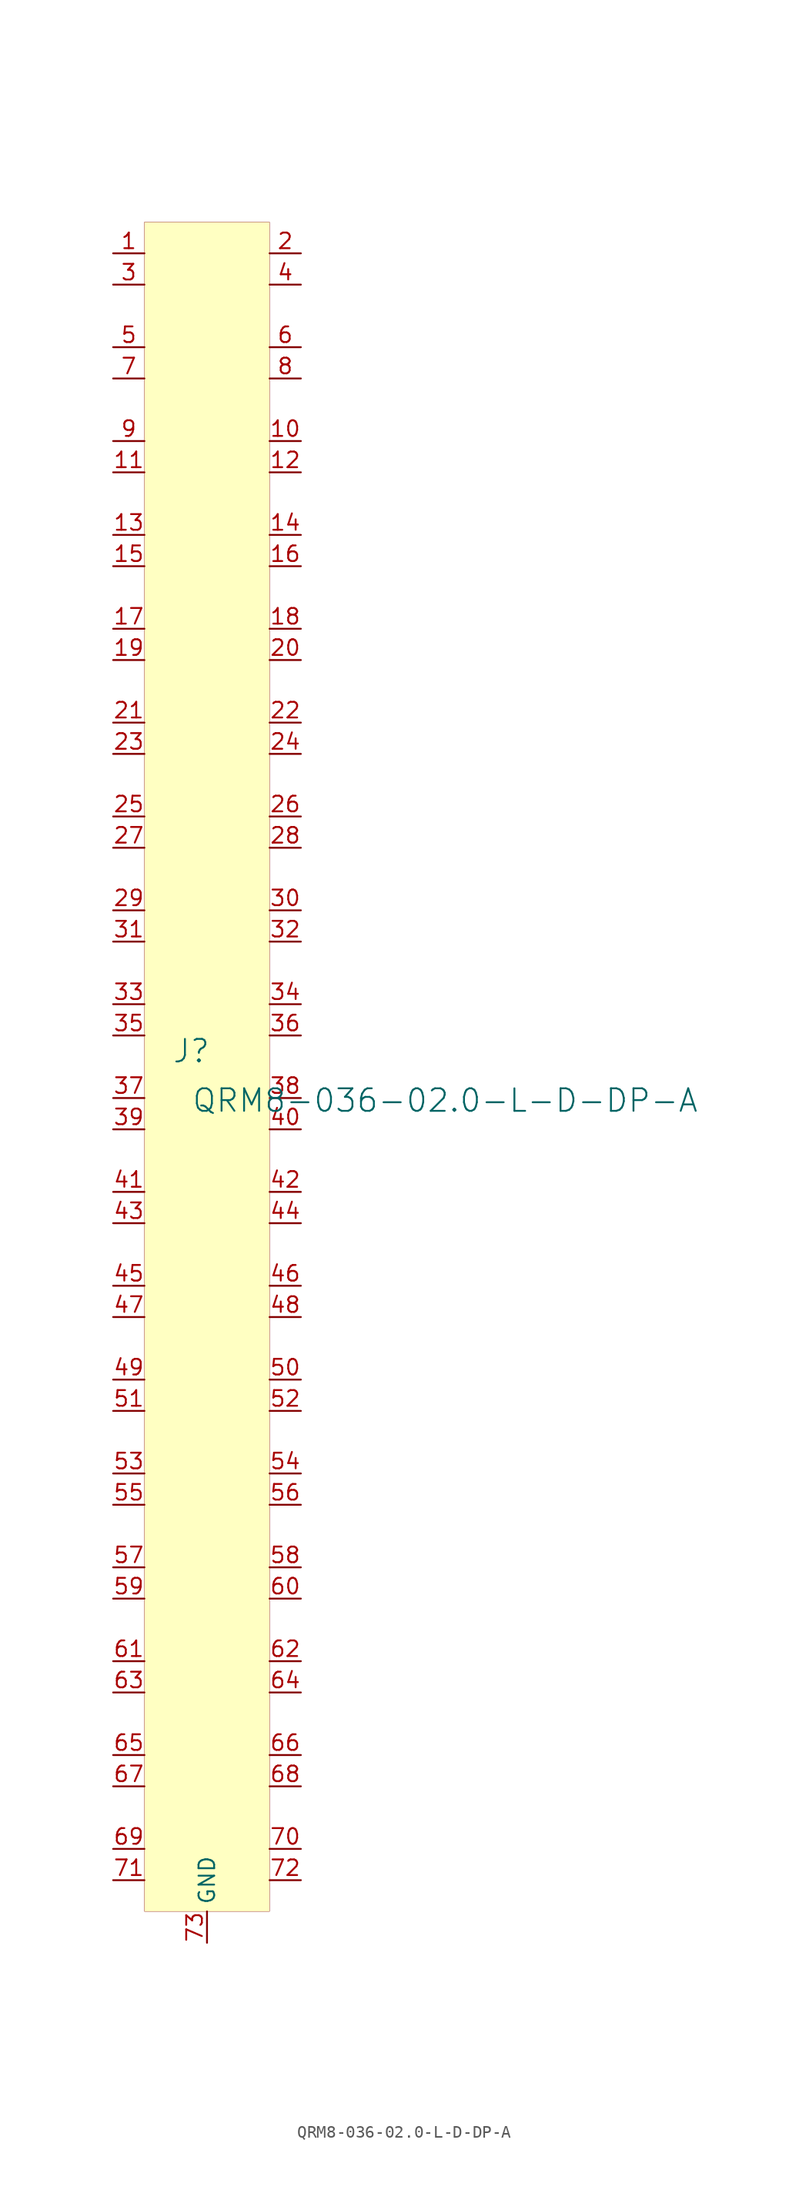
<source format=kicad_sym>
(kicad_symbol_lib
  (version 20231120)
  (generator "kicad_symbol_editor")
  (generator_version "8.0")
  (symbol "QRM8-036-02.0-L-D-DP-A"
    (property "Reference" "J"
      (at -1.27 1.27 0)
      (effects (font (size 1.829 1.829))))
    (property "Value" "QRM8-036-02.0-L-D-DP-A"
      (at -1.27 -3.81 0)
      (effects (font (size 1.829 1.829)) (justify left bottom)))
    (symbol "QRM8-036-02.0-L-D-DP-A_1_0"
      (rectangle (start 5.08 68.58) (end -5.08 -68.58) (stroke (width 0.025) (type solid) (color 128 0 0 1)) (fill (type background)))
      (pin passive line (at -7.62 66.04 0) (length 2.54) (name "" (effects (font (size 1.27 1.27)))) (number "1" (effects (font (size 1.27 1.27)))))
      (pin passive line (at 7.62 50.8 180) (length 2.54) (name "" (effects (font (size 1.27 1.27)))) (number "10" (effects (font (size 1.27 1.27)))))
      (pin passive line (at -7.62 48.26 0) (length 2.54) (name "" (effects (font (size 1.27 1.27)))) (number "11" (effects (font (size 1.27 1.27)))))
      (pin passive line (at 7.62 48.26 180) (length 2.54) (name "" (effects (font (size 1.27 1.27)))) (number "12" (effects (font (size 1.27 1.27)))))
      (pin passive line (at -7.62 43.18 0) (length 2.54) (name "" (effects (font (size 1.27 1.27)))) (number "13" (effects (font (size 1.27 1.27)))))
      (pin passive line (at 7.62 43.18 180) (length 2.54) (name "" (effects (font (size 1.27 1.27)))) (number "14" (effects (font (size 1.27 1.27)))))
      (pin passive line (at -7.62 40.64 0) (length 2.54) (name "" (effects (font (size 1.27 1.27)))) (number "15" (effects (font (size 1.27 1.27)))))
      (pin passive line (at 7.62 40.64 180) (length 2.54) (name "" (effects (font (size 1.27 1.27)))) (number "16" (effects (font (size 1.27 1.27)))))
      (pin passive line (at -7.62 35.56 0) (length 2.54) (name "" (effects (font (size 1.27 1.27)))) (number "17" (effects (font (size 1.27 1.27)))))
      (pin passive line (at 7.62 35.56 180) (length 2.54) (name "" (effects (font (size 1.27 1.27)))) (number "18" (effects (font (size 1.27 1.27)))))
      (pin passive line (at -7.62 33.02 0) (length 2.54) (name "" (effects (font (size 1.27 1.27)))) (number "19" (effects (font (size 1.27 1.27)))))
      (pin passive line (at 7.62 66.04 180) (length 2.54) (name "" (effects (font (size 1.27 1.27)))) (number "2" (effects (font (size 1.27 1.27)))))
      (pin passive line (at 7.62 33.02 180) (length 2.54) (name "" (effects (font (size 1.27 1.27)))) (number "20" (effects (font (size 1.27 1.27)))))
      (pin passive line (at -7.62 27.94 0) (length 2.54) (name "" (effects (font (size 1.27 1.27)))) (number "21" (effects (font (size 1.27 1.27)))))
      (pin passive line (at 7.62 27.94 180) (length 2.54) (name "" (effects (font (size 1.27 1.27)))) (number "22" (effects (font (size 1.27 1.27)))))
      (pin passive line (at -7.62 25.4 0) (length 2.54) (name "" (effects (font (size 1.27 1.27)))) (number "23" (effects (font (size 1.27 1.27)))))
      (pin passive line (at 7.62 25.4 180) (length 2.54) (name "" (effects (font (size 1.27 1.27)))) (number "24" (effects (font (size 1.27 1.27)))))
      (pin passive line (at -7.62 20.32 0) (length 2.54) (name "" (effects (font (size 1.27 1.27)))) (number "25" (effects (font (size 1.27 1.27)))))
      (pin passive line (at 7.62 20.32 180) (length 2.54) (name "" (effects (font (size 1.27 1.27)))) (number "26" (effects (font (size 1.27 1.27)))))
      (pin passive line (at -7.62 17.78 0) (length 2.54) (name "" (effects (font (size 1.27 1.27)))) (number "27" (effects (font (size 1.27 1.27)))))
      (pin passive line (at 7.62 17.78 180) (length 2.54) (name "" (effects (font (size 1.27 1.27)))) (number "28" (effects (font (size 1.27 1.27)))))
      (pin passive line (at -7.62 12.7 0) (length 2.54) (name "" (effects (font (size 1.27 1.27)))) (number "29" (effects (font (size 1.27 1.27)))))
      (pin passive line (at -7.62 63.5 0) (length 2.54) (name "" (effects (font (size 1.27 1.27)))) (number "3" (effects (font (size 1.27 1.27)))))
      (pin passive line (at 7.62 12.7 180) (length 2.54) (name "" (effects (font (size 1.27 1.27)))) (number "30" (effects (font (size 1.27 1.27)))))
      (pin passive line (at -7.62 10.16 0) (length 2.54) (name "" (effects (font (size 1.27 1.27)))) (number "31" (effects (font (size 1.27 1.27)))))
      (pin passive line (at 7.62 10.16 180) (length 2.54) (name "" (effects (font (size 1.27 1.27)))) (number "32" (effects (font (size 1.27 1.27)))))
      (pin passive line (at -7.62 5.08 0) (length 2.54) (name "" (effects (font (size 1.27 1.27)))) (number "33" (effects (font (size 1.27 1.27)))))
      (pin passive line (at 7.62 5.08 180) (length 2.54) (name "" (effects (font (size 1.27 1.27)))) (number "34" (effects (font (size 1.27 1.27)))))
      (pin passive line (at -7.62 2.54 0) (length 2.54) (name "" (effects (font (size 1.27 1.27)))) (number "35" (effects (font (size 1.27 1.27)))))
      (pin passive line (at 7.62 2.54 180) (length 2.54) (name "" (effects (font (size 1.27 1.27)))) (number "36" (effects (font (size 1.27 1.27)))))
      (pin passive line (at -7.62 -2.54 0) (length 2.54) (name "" (effects (font (size 1.27 1.27)))) (number "37" (effects (font (size 1.27 1.27)))))
      (pin passive line (at 7.62 -2.54 180) (length 2.54) (name "" (effects (font (size 1.27 1.27)))) (number "38" (effects (font (size 1.27 1.27)))))
      (pin passive line (at -7.62 -5.08 0) (length 2.54) (name "" (effects (font (size 1.27 1.27)))) (number "39" (effects (font (size 1.27 1.27)))))
      (pin passive line (at 7.62 63.5 180) (length 2.54) (name "" (effects (font (size 1.27 1.27)))) (number "4" (effects (font (size 1.27 1.27)))))
      (pin passive line (at 7.62 -5.08 180) (length 2.54) (name "" (effects (font (size 1.27 1.27)))) (number "40" (effects (font (size 1.27 1.27)))))
      (pin passive line (at -7.62 -10.16 0) (length 2.54) (name "" (effects (font (size 1.27 1.27)))) (number "41" (effects (font (size 1.27 1.27)))))
      (pin passive line (at 7.62 -10.16 180) (length 2.54) (name "" (effects (font (size 1.27 1.27)))) (number "42" (effects (font (size 1.27 1.27)))))
      (pin passive line (at -7.62 -12.7 0) (length 2.54) (name "" (effects (font (size 1.27 1.27)))) (number "43" (effects (font (size 1.27 1.27)))))
      (pin passive line (at 7.62 -12.7 180) (length 2.54) (name "" (effects (font (size 1.27 1.27)))) (number "44" (effects (font (size 1.27 1.27)))))
      (pin passive line (at -7.62 -17.78 0) (length 2.54) (name "" (effects (font (size 1.27 1.27)))) (number "45" (effects (font (size 1.27 1.27)))))
      (pin passive line (at 7.62 -17.78 180) (length 2.54) (name "" (effects (font (size 1.27 1.27)))) (number "46" (effects (font (size 1.27 1.27)))))
      (pin passive line (at -7.62 -20.32 0) (length 2.54) (name "" (effects (font (size 1.27 1.27)))) (number "47" (effects (font (size 1.27 1.27)))))
      (pin passive line (at 7.62 -20.32 180) (length 2.54) (name "" (effects (font (size 1.27 1.27)))) (number "48" (effects (font (size 1.27 1.27)))))
      (pin passive line (at -7.62 -25.4 0) (length 2.54) (name "" (effects (font (size 1.27 1.27)))) (number "49" (effects (font (size 1.27 1.27)))))
      (pin passive line (at -7.62 58.42 0) (length 2.54) (name "" (effects (font (size 1.27 1.27)))) (number "5" (effects (font (size 1.27 1.27)))))
      (pin passive line (at 7.62 -25.4 180) (length 2.54) (name "" (effects (font (size 1.27 1.27)))) (number "50" (effects (font (size 1.27 1.27)))))
      (pin passive line (at -7.62 -27.94 0) (length 2.54) (name "" (effects (font (size 1.27 1.27)))) (number "51" (effects (font (size 1.27 1.27)))))
      (pin passive line (at 7.62 -27.94 180) (length 2.54) (name "" (effects (font (size 1.27 1.27)))) (number "52" (effects (font (size 1.27 1.27)))))
      (pin passive line (at -7.62 -33.02 0) (length 2.54) (name "" (effects (font (size 1.27 1.27)))) (number "53" (effects (font (size 1.27 1.27)))))
      (pin passive line (at 7.62 -33.02 180) (length 2.54) (name "" (effects (font (size 1.27 1.27)))) (number "54" (effects (font (size 1.27 1.27)))))
      (pin passive line (at -7.62 -35.56 0) (length 2.54) (name "" (effects (font (size 1.27 1.27)))) (number "55" (effects (font (size 1.27 1.27)))))
      (pin passive line (at 7.62 -35.56 180) (length 2.54) (name "" (effects (font (size 1.27 1.27)))) (number "56" (effects (font (size 1.27 1.27)))))
      (pin passive line (at -7.62 -40.64 0) (length 2.54) (name "" (effects (font (size 1.27 1.27)))) (number "57" (effects (font (size 1.27 1.27)))))
      (pin passive line (at 7.62 -40.64 180) (length 2.54) (name "" (effects (font (size 1.27 1.27)))) (number "58" (effects (font (size 1.27 1.27)))))
      (pin passive line (at -7.62 -43.18 0) (length 2.54) (name "" (effects (font (size 1.27 1.27)))) (number "59" (effects (font (size 1.27 1.27)))))
      (pin passive line (at 7.62 58.42 180) (length 2.54) (name "" (effects (font (size 1.27 1.27)))) (number "6" (effects (font (size 1.27 1.27)))))
      (pin passive line (at 7.62 -43.18 180) (length 2.54) (name "" (effects (font (size 1.27 1.27)))) (number "60" (effects (font (size 1.27 1.27)))))
      (pin passive line (at -7.62 -48.26 0) (length 2.54) (name "" (effects (font (size 1.27 1.27)))) (number "61" (effects (font (size 1.27 1.27)))))
      (pin passive line (at 7.62 -48.26 180) (length 2.54) (name "" (effects (font (size 1.27 1.27)))) (number "62" (effects (font (size 1.27 1.27)))))
      (pin passive line (at -7.62 -50.8 0) (length 2.54) (name "" (effects (font (size 1.27 1.27)))) (number "63" (effects (font (size 1.27 1.27)))))
      (pin passive line (at 7.62 -50.8 180) (length 2.54) (name "" (effects (font (size 1.27 1.27)))) (number "64" (effects (font (size 1.27 1.27)))))
      (pin passive line (at -7.62 -55.88 0) (length 2.54) (name "" (effects (font (size 1.27 1.27)))) (number "65" (effects (font (size 1.27 1.27)))))
      (pin passive line (at 7.62 -55.88 180) (length 2.54) (name "" (effects (font (size 1.27 1.27)))) (number "66" (effects (font (size 1.27 1.27)))))
      (pin passive line (at -7.62 -58.42 0) (length 2.54) (name "" (effects (font (size 1.27 1.27)))) (number "67" (effects (font (size 1.27 1.27)))))
      (pin passive line (at 7.62 -58.42 180) (length 2.54) (name "" (effects (font (size 1.27 1.27)))) (number "68" (effects (font (size 1.27 1.27)))))
      (pin passive line (at -7.62 -63.5 0) (length 2.54) (name "" (effects (font (size 1.27 1.27)))) (number "69" (effects (font (size 1.27 1.27)))))
      (pin passive line (at -7.62 55.88 0) (length 2.54) (name "" (effects (font (size 1.27 1.27)))) (number "7" (effects (font (size 1.27 1.27)))))
      (pin passive line (at 7.62 -63.5 180) (length 2.54) (name "" (effects (font (size 1.27 1.27)))) (number "70" (effects (font (size 1.27 1.27)))))
      (pin passive line (at -7.62 -66.04 0) (length 2.54) (name "" (effects (font (size 1.27 1.27)))) (number "71" (effects (font (size 1.27 1.27)))))
      (pin passive line (at 7.62 -66.04 180) (length 2.54) (name "" (effects (font (size 1.27 1.27)))) (number "72" (effects (font (size 1.27 1.27)))))
      (pin passive line (at 0 -71.12 90) (length 2.54) (name "GND" (effects (font (size 1.27 1.27)))) (number "73" (effects (font (size 1.27 1.27)))))
      (pin passive line (at 7.62 55.88 180) (length 2.54) (name "" (effects (font (size 1.27 1.27)))) (number "8" (effects (font (size 1.27 1.27)))))
      (pin passive line (at -7.62 50.8 0) (length 2.54) (name "" (effects (font (size 1.27 1.27)))) (number "9" (effects (font (size 1.27 1.27))))))))
</source>
